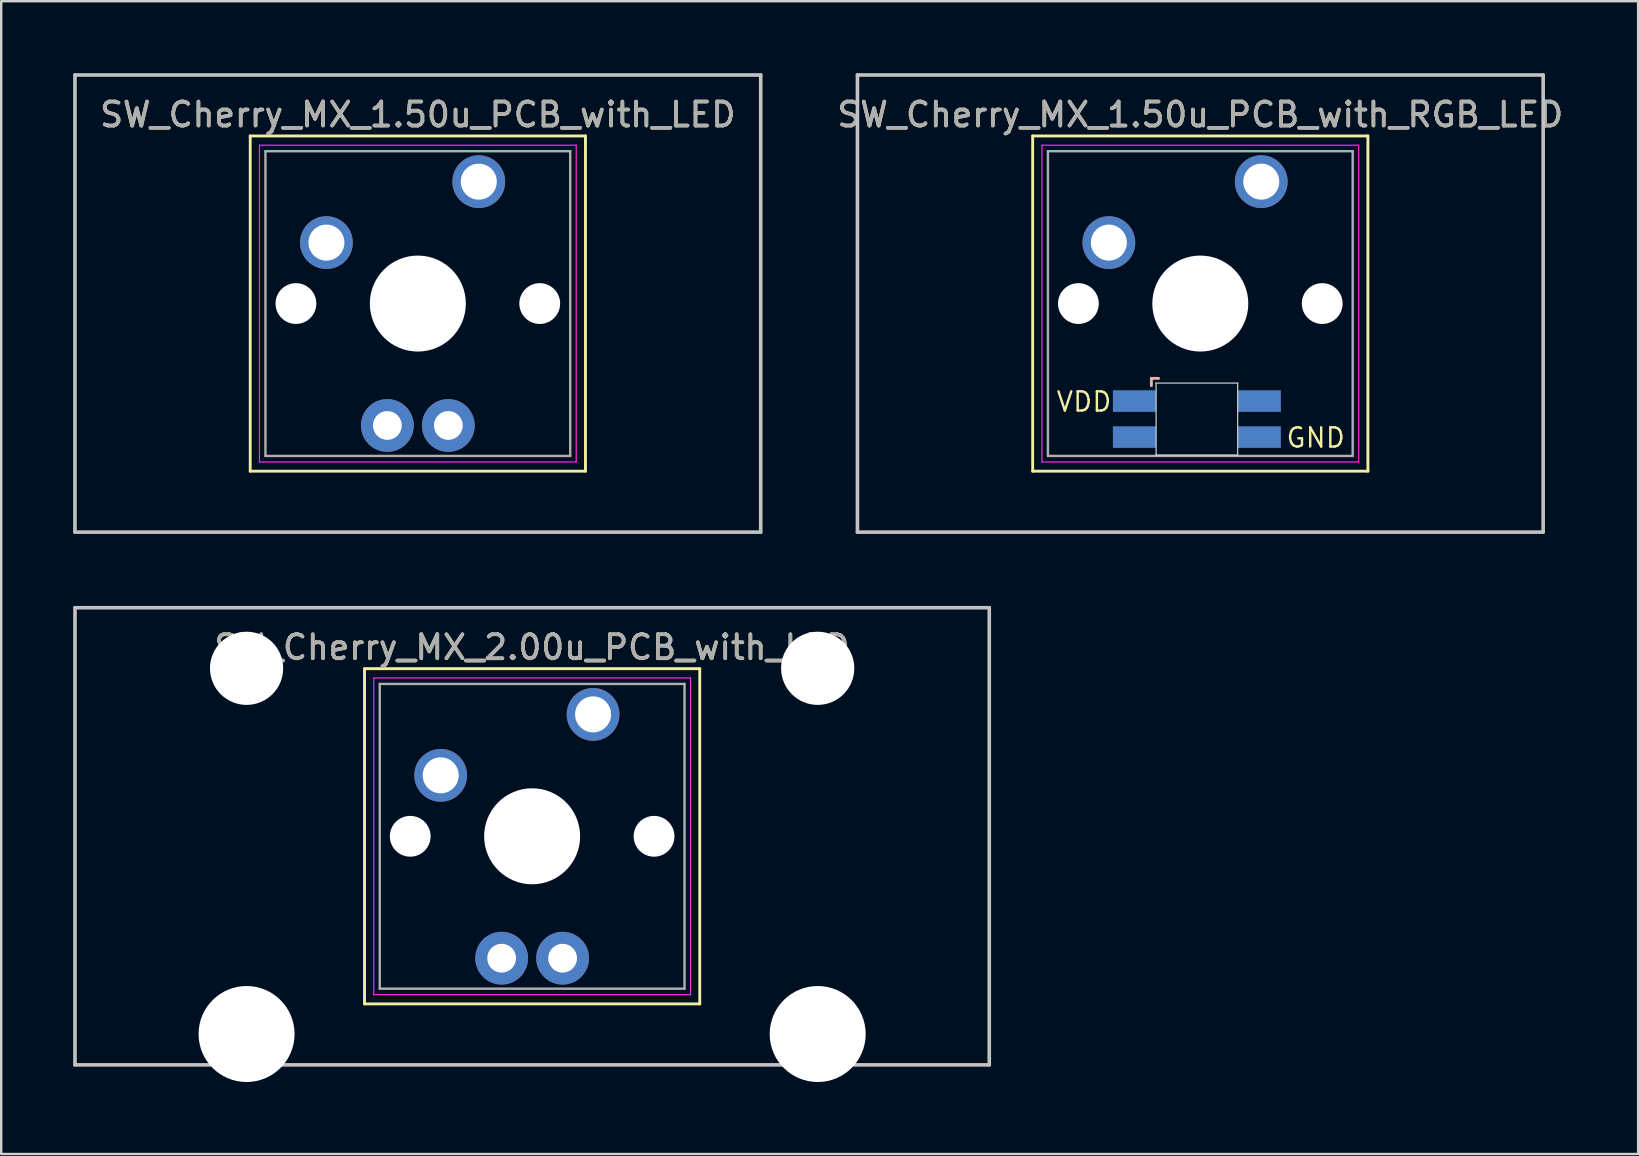
<source format=kicad_pcb>
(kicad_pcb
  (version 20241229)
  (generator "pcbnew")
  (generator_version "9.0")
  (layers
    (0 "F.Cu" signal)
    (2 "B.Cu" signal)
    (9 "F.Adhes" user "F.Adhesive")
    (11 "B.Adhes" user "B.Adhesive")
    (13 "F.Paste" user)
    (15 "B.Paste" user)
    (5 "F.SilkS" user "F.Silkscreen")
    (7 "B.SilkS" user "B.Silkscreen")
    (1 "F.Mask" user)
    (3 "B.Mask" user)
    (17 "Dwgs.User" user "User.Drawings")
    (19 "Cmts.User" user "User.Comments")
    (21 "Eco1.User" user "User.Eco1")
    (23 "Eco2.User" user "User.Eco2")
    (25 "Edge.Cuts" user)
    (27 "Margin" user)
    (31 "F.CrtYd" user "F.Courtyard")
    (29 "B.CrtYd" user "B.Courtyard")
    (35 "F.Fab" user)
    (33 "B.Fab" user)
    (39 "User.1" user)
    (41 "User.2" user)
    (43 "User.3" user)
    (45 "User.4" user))
  (footprint "SW_Cherry_MX_2.00u_PCB_with_LED"
    (layer "F.Cu")
    (at 21.665 26.72)
    (property "Reference" "SW_Cherry_MX_2.00u_PCB_with_LED" (at -2.54 -2.794 0) (layer "F.SilkS") (effects (font (size 1 1) (thickness 0.15))))
    (attr through_hole)
    (fp_line (start -9.525 -1.905) (end 4.445 -1.905) (stroke (width 0.12) (type solid)) (layer "F.SilkS"))
    (fp_line (start -9.525 12.065) (end -9.525 -1.905) (stroke (width 0.12) (type solid)) (layer "F.SilkS"))
    (fp_line (start 4.445 -1.905) (end 4.445 12.065) (stroke (width 0.12) (type solid)) (layer "F.SilkS"))
    (fp_line (start 4.445 12.065) (end -9.525 12.065) (stroke (width 0.12) (type solid)) (layer "F.SilkS"))
    (fp_line (start -21.59 -4.445) (end 16.51 -4.445) (stroke (width 0.15) (type solid)) (layer "Dwgs.User"))
    (fp_line (start -21.59 14.605) (end -21.59 -4.445) (stroke (width 0.15) (type solid)) (layer "Dwgs.User"))
    (fp_line (start 16.51 -4.445) (end 16.51 14.605) (stroke (width 0.15) (type solid)) (layer "Dwgs.User"))
    (fp_line (start 16.51 14.605) (end -21.59 14.605) (stroke (width 0.15) (type solid)) (layer "Dwgs.User"))
    (fp_line (start -9.14 -1.52) (end 4.06 -1.52) (stroke (width 0.05) (type solid)) (layer "F.CrtYd"))
    (fp_line (start -9.14 11.68) (end -9.14 -1.52) (stroke (width 0.05) (type solid)) (layer "F.CrtYd"))
    (fp_line (start 4.06 -1.52) (end 4.06 11.68) (stroke (width 0.05) (type solid)) (layer "F.CrtYd"))
    (fp_line (start 4.06 11.68) (end -9.14 11.68) (stroke (width 0.05) (type solid)) (layer "F.CrtYd"))
    (fp_line (start -8.89 -1.27) (end 3.81 -1.27) (stroke (width 0.1) (type solid)) (layer "F.Fab"))
    (fp_line (start -8.89 11.43) (end -8.89 -1.27) (stroke (width 0.1) (type solid)) (layer "F.Fab"))
    (fp_line (start 3.81 -1.27) (end 3.81 11.43) (stroke (width 0.1) (type solid)) (layer "F.Fab"))
    (fp_line (start 3.81 11.43) (end -8.89 11.43) (stroke (width 0.1) (type solid)) (layer "F.Fab"))
    (fp_text user "${REFERENCE}" (at -2.54 -2.794 0) (layer "F.Fab") (effects (font (size 1 1) (thickness 0.15))))
    (pad "" np_thru_hole circle (at -14.44 -1.92) (size 3.05 3.05) (drill 3.05) (layers "*.Cu" "*.Mask"))
    (pad "" np_thru_hole circle (at -14.44 13.32) (size 4 4) (drill 4) (layers "*.Cu" "*.Mask"))
    (pad "" np_thru_hole circle (at -7.62 5.08) (size 1.7 1.7) (drill 1.7) (layers "*.Cu" "*.Mask"))
    (pad "" np_thru_hole circle (at -2.54 5.08) (size 4 4) (drill 4) (layers "*.Cu" "*.Mask"))
    (pad "" np_thru_hole circle (at 2.54 5.08) (size 1.7 1.7) (drill 1.7) (layers "*.Cu" "*.Mask"))
    (pad "" np_thru_hole circle (at 9.36 -1.92) (size 3.05 3.05) (drill 3.05) (layers "*.Cu" "*.Mask"))
    (pad "" np_thru_hole circle (at 9.36 13.32) (size 4 4) (drill 4) (layers "*.Cu" "*.Mask"))
    (pad "1" thru_hole circle (at 0 0) (size 2.2 2.2) (drill 1.5) (layers "*.Cu" "*.Mask"))
    (pad "2" thru_hole circle (at -6.35 2.54) (size 2.2 2.2) (drill 1.5) (layers "*.Cu" "*.Mask"))
    (pad "3" thru_hole circle (at -3.81 10.16) (size 2.2 2.2) (drill 1.2) (layers "*.Cu" "*.Mask"))
    (pad "4" thru_hole circle (at -1.27 10.16) (size 2.2 2.2) (drill 1.2) (layers "*.Cu" "*.Mask")))
  (footprint "SW_Cherry_MX_1.50u_PCB_with_RGB_LED"
    (layer "F.Cu")
    (at 49.509 4.52)
    (property "Reference" "SW_Cherry_MX_1.50u_PCB_with_RGB_LED" (at -2.54 -2.794 0) (layer "F.SilkS") (effects (font (size 1 1) (thickness 0.15))))
    (attr through_hole)
    (fp_line (start -9.525 -1.905) (end 4.445 -1.905) (stroke (width 0.12) (type solid)) (layer "F.SilkS"))
    (fp_line (start -9.525 12.065) (end -9.525 -1.905) (stroke (width 0.12) (type solid)) (layer "F.SilkS"))
    (fp_line (start 4.445 -1.905) (end 4.445 12.065) (stroke (width 0.12) (type solid)) (layer "F.SilkS"))
    (fp_line (start 4.445 12.065) (end -9.525 12.065) (stroke (width 0.12) (type solid)) (layer "F.SilkS"))
    (fp_line (start -4.579 8.198) (end -4.579 8.498) (stroke (width 0.12) (type solid)) (layer "B.SilkS"))
    (fp_line (start -4.279 8.198) (end -4.579 8.198) (stroke (width 0.12) (type solid)) (layer "B.SilkS"))
    (fp_line (start -16.828 -4.445) (end 11.748 -4.445) (stroke (width 0.15) (type solid)) (layer "Dwgs.User"))
    (fp_line (start -16.828 14.605) (end -16.828 -4.445) (stroke (width 0.15) (type solid)) (layer "Dwgs.User"))
    (fp_line (start 11.748 -4.445) (end 11.748 14.605) (stroke (width 0.15) (type solid)) (layer "Dwgs.User"))
    (fp_line (start 11.748 14.605) (end -16.828 14.605) (stroke (width 0.15) (type solid)) (layer "Dwgs.User"))
    (fp_line (start -4.383 8.394) (end -0.983 8.394) (stroke (width 0.05) (type solid)) (layer "Edge.Cuts"))
    (fp_line (start -4.383 11.394) (end -4.383 8.394) (stroke (width 0.05) (type solid)) (layer "Edge.Cuts"))
    (fp_line (start -0.983 8.394) (end -0.983 11.394) (stroke (width 0.05) (type solid)) (layer "Edge.Cuts"))
    (fp_line (start -0.983 11.394) (end -4.383 11.394) (stroke (width 0.05) (type solid)) (layer "Edge.Cuts"))
    (fp_line (start -9.14 -1.52) (end 4.06 -1.52) (stroke (width 0.05) (type solid)) (layer "F.CrtYd"))
    (fp_line (start -9.14 11.68) (end -9.14 -1.52) (stroke (width 0.05) (type solid)) (layer "F.CrtYd"))
    (fp_line (start 4.06 -1.52) (end 4.06 11.68) (stroke (width 0.05) (type solid)) (layer "F.CrtYd"))
    (fp_line (start 4.06 11.68) (end -9.14 11.68) (stroke (width 0.05) (type solid)) (layer "F.CrtYd"))
    (fp_line (start -8.89 -1.27) (end 3.81 -1.27) (stroke (width 0.1) (type solid)) (layer "F.Fab"))
    (fp_line (start -8.89 11.43) (end -8.89 -1.27) (stroke (width 0.1) (type solid)) (layer "F.Fab"))
    (fp_line (start 3.81 -1.27) (end 3.81 11.43) (stroke (width 0.1) (type solid)) (layer "F.Fab"))
    (fp_line (start 3.81 11.43) (end -8.89 11.43) (stroke (width 0.1) (type solid)) (layer "F.Fab"))
    (fp_text user "GND" (at 0.984 11.14 0) (unlocked yes) (layer "F.SilkS") (effects (font (size 0.8 0.8) (thickness 0.1)) (justify left bottom)))
    (fp_text user "VDD" (at -8.592 9.641 0) (unlocked yes) (layer "F.SilkS") (effects (font (size 0.8 0.8) (thickness 0.1)) (justify left bottom)))
    (fp_text user "${REFERENCE}" (at -2.54 -2.794 0) (layer "F.Fab") (effects (font (size 1 1) (thickness 0.15))))
    (pad "" np_thru_hole circle (at -7.62 5.08) (size 1.7 1.7) (drill 1.7) (layers "*.Cu" "*.Mask"))
    (pad "" np_thru_hole circle (at -2.54 5.08) (size 4 4) (drill 4) (layers "*.Cu" "*.Mask"))
    (pad "" np_thru_hole circle (at 2.54 5.08) (size 1.7 1.7) (drill 1.7) (layers "*.Cu" "*.Mask"))
    (pad "1" thru_hole circle (at 0 0) (size 2.2 2.2) (drill 1.5) (layers "*.Cu" "*.Mask"))
    (pad "2" thru_hole circle (at -6.35 2.54) (size 2.2 2.2) (drill 1.5) (layers "*.Cu" "*.Mask"))
    (pad "3" smd rect (at -0.083 10.644) (size 1.8 0.9) (layers "B.Cu" "B.Mask" "B.Paste"))
    (pad "4" smd rect (at -0.083 9.144) (size 1.8 0.9) (layers "B.Cu" "B.Mask" "B.Paste"))
    (pad "5" smd rect (at -5.283 10.644) (size 1.8 0.9) (layers "B.Cu" "B.Mask" "B.Paste"))
    (pad "6" smd rect (at -5.283 9.144) (size 1.8 0.9) (layers "B.Cu" "B.Mask" "B.Paste")))
  (footprint "SW_Cherry_MX_1.50u_PCB_with_LED"
    (layer "F.Cu")
    (at 16.902 4.52)
    (property "Reference" "SW_Cherry_MX_1.50u_PCB_with_LED" (at -2.54 -2.794 0) (layer "F.SilkS") (effects (font (size 1 1) (thickness 0.15))))
    (attr through_hole)
    (fp_line (start -9.525 -1.905) (end 4.445 -1.905) (stroke (width 0.12) (type solid)) (layer "F.SilkS"))
    (fp_line (start -9.525 12.065) (end -9.525 -1.905) (stroke (width 0.12) (type solid)) (layer "F.SilkS"))
    (fp_line (start 4.445 -1.905) (end 4.445 12.065) (stroke (width 0.12) (type solid)) (layer "F.SilkS"))
    (fp_line (start 4.445 12.065) (end -9.525 12.065) (stroke (width 0.12) (type solid)) (layer "F.SilkS"))
    (fp_line (start -16.828 -4.445) (end 11.748 -4.445) (stroke (width 0.15) (type solid)) (layer "Dwgs.User"))
    (fp_line (start -16.828 14.605) (end -16.828 -4.445) (stroke (width 0.15) (type solid)) (layer "Dwgs.User"))
    (fp_line (start 11.748 -4.445) (end 11.748 14.605) (stroke (width 0.15) (type solid)) (layer "Dwgs.User"))
    (fp_line (start 11.748 14.605) (end -16.828 14.605) (stroke (width 0.15) (type solid)) (layer "Dwgs.User"))
    (fp_line (start -9.14 -1.52) (end 4.06 -1.52) (stroke (width 0.05) (type solid)) (layer "F.CrtYd"))
    (fp_line (start -9.14 11.68) (end -9.14 -1.52) (stroke (width 0.05) (type solid)) (layer "F.CrtYd"))
    (fp_line (start 4.06 -1.52) (end 4.06 11.68) (stroke (width 0.05) (type solid)) (layer "F.CrtYd"))
    (fp_line (start 4.06 11.68) (end -9.14 11.68) (stroke (width 0.05) (type solid)) (layer "F.CrtYd"))
    (fp_line (start -8.89 -1.27) (end 3.81 -1.27) (stroke (width 0.1) (type solid)) (layer "F.Fab"))
    (fp_line (start -8.89 11.43) (end -8.89 -1.27) (stroke (width 0.1) (type solid)) (layer "F.Fab"))
    (fp_line (start 3.81 -1.27) (end 3.81 11.43) (stroke (width 0.1) (type solid)) (layer "F.Fab"))
    (fp_line (start 3.81 11.43) (end -8.89 11.43) (stroke (width 0.1) (type solid)) (layer "F.Fab"))
    (fp_text user "${REFERENCE}" (at -2.54 -2.794 0) (layer "F.Fab") (effects (font (size 1 1) (thickness 0.15))))
    (pad "" np_thru_hole circle (at -7.62 5.08) (size 1.7 1.7) (drill 1.7) (layers "*.Cu" "*.Mask"))
    (pad "" np_thru_hole circle (at -2.54 5.08) (size 4 4) (drill 4) (layers "*.Cu" "*.Mask"))
    (pad "" np_thru_hole circle (at 2.54 5.08) (size 1.7 1.7) (drill 1.7) (layers "*.Cu" "*.Mask"))
    (pad "1" thru_hole circle (at 0 0) (size 2.2 2.2) (drill 1.5) (layers "*.Cu" "*.Mask"))
    (pad "2" thru_hole circle (at -6.35 2.54) (size 2.2 2.2) (drill 1.5) (layers "*.Cu" "*.Mask"))
    (pad "3" thru_hole circle (at -3.81 10.16) (size 2.2 2.2) (drill 1.2) (layers "*.Cu" "*.Mask"))
    (pad "4" thru_hole circle (at -1.27 10.16) (size 2.2 2.2) (drill 1.2) (layers "*.Cu" "*.Mask")))
  (gr_rect
    (start -3 -3)
    (end 65.213 45.04)
    (stroke (width 0.1) (type default))
    (fill no)
    (layer "Edge.Cuts")))
</source>
